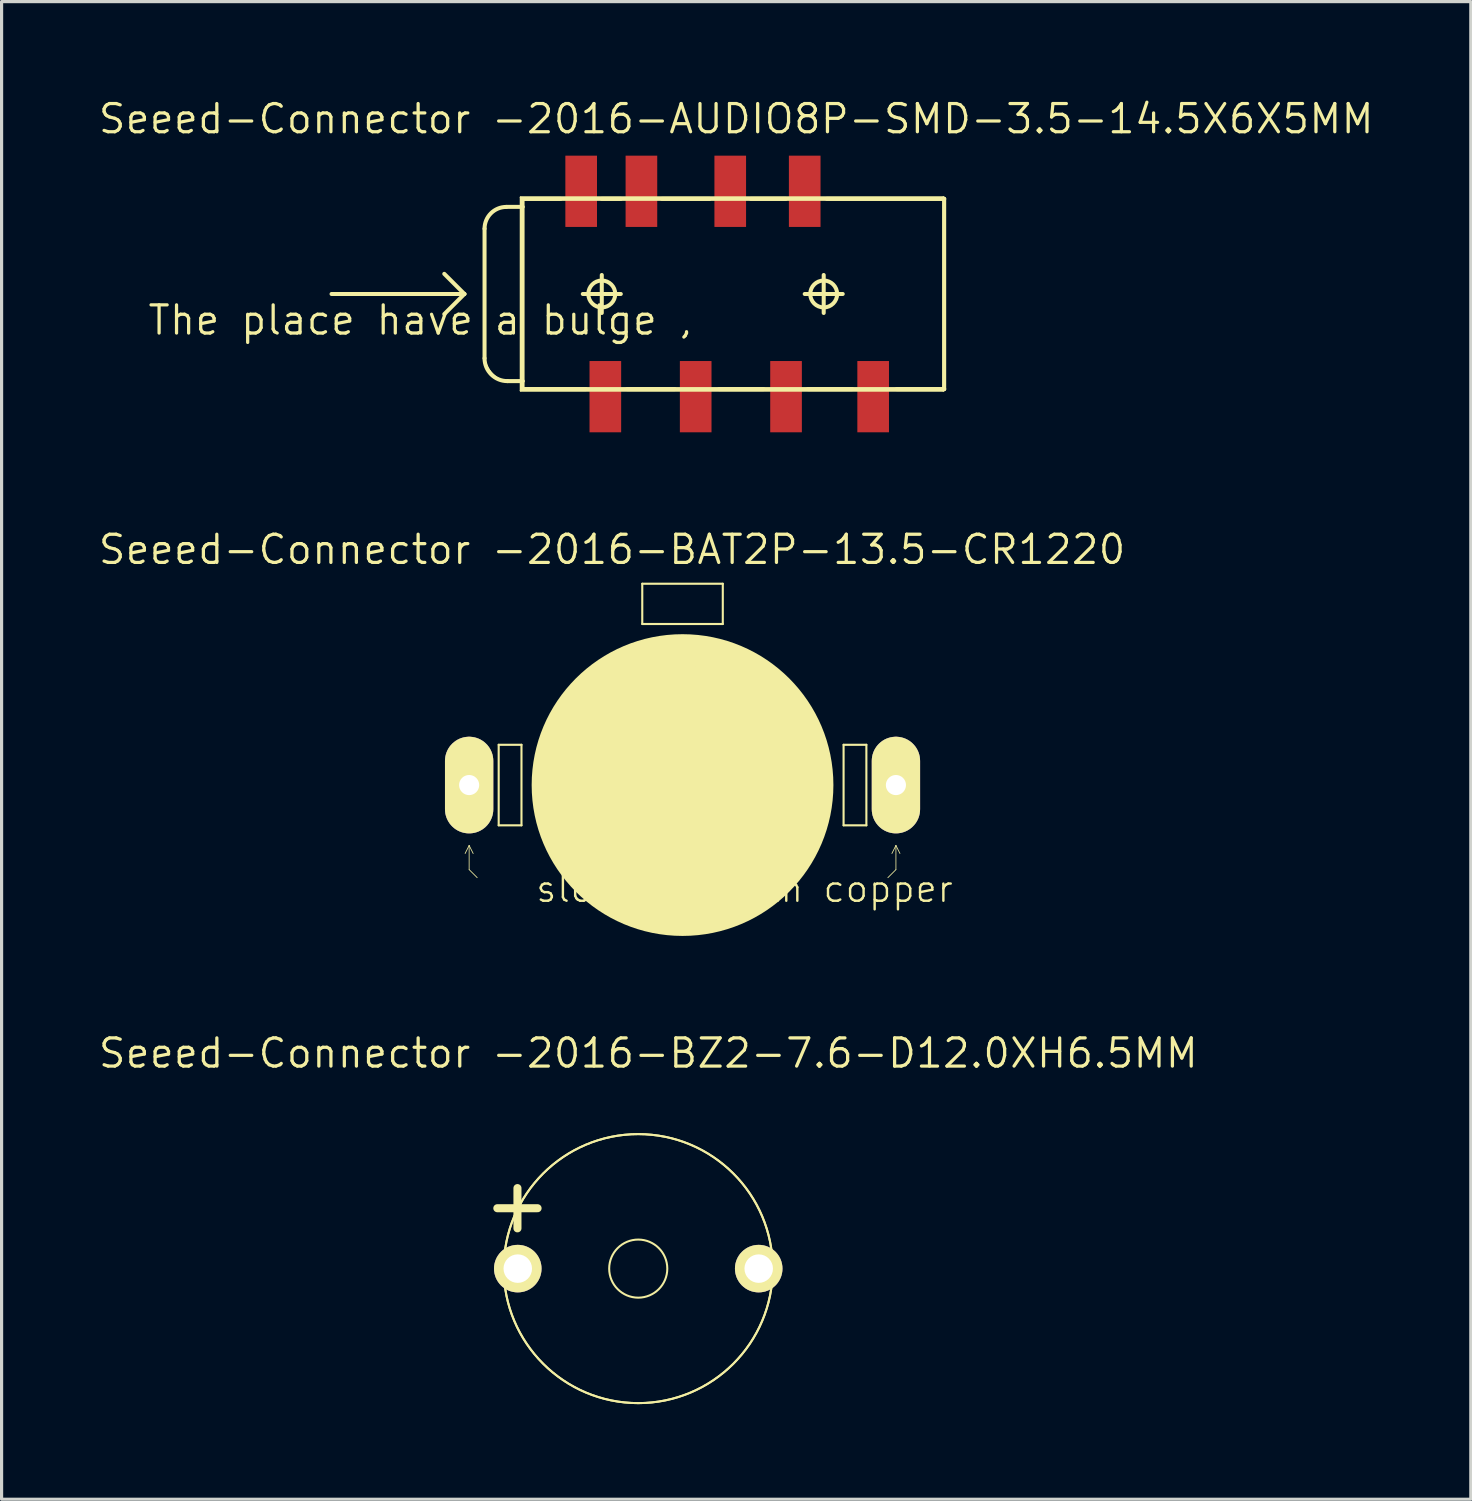
<source format=kicad_pcb>
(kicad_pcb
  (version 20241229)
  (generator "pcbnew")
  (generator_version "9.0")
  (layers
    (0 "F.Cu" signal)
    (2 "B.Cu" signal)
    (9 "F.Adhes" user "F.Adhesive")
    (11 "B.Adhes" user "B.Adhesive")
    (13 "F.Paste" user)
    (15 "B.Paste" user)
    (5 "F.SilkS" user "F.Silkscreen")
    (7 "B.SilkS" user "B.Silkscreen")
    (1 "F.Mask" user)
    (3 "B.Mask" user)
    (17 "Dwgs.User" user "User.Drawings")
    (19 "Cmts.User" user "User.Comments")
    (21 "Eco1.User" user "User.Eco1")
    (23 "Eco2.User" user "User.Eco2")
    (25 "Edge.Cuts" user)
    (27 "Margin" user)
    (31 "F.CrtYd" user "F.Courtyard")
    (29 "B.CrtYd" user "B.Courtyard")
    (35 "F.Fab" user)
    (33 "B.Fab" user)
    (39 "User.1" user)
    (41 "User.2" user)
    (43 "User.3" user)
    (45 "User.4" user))
  (footprint "Seeed-Connector -2016-AUDIO8P-SMD-3.5-14.5X6X5MM"
    (layer "F.Cu")
    (at 12.234 6.223)
    (property "Reference" "Seeed-Connector -2016-AUDIO8P-SMD-3.5-14.5X6X5MM" (at 7.938 -5.524 0) (layer "F.SilkS") (effects (font (size 0.889 0.889) (thickness 0.102))))
    (attr smd)
    (fp_line (start -4.826 0) (end -0.635 0) (stroke (width 0.127) (type solid)) (layer "F.SilkS"))
    (fp_line (start -0.635 0) (end -1.27 -0.635) (stroke (width 0.127) (type solid)) (layer "F.SilkS"))
    (fp_line (start -0.635 0) (end -1.27 0.635) (stroke (width 0.127) (type solid)) (layer "F.SilkS"))
    (fp_line (start 0 -2.06) (end 0 2.029) (stroke (width 0.127) (type solid)) (layer "F.SilkS"))
    (fp_line (start 0 -2.042) (end 0 1.941) (stroke (width 0.025) (type solid)) (layer "F.SilkS"))
    (fp_line (start 0 -2.019) (end 0 1.867) (stroke (width 0.025) (type solid)) (layer "F.SilkS"))
    (fp_line (start 0 1.941) (end 0.015 2.108) (stroke (width 0.025) (type solid)) (layer "F.SilkS"))
    (fp_line (start 0.013 -2.177) (end 0 -2.042) (stroke (width 0.025) (type solid)) (layer "F.SilkS"))
    (fp_line (start 0.015 2.108) (end 0.064 2.266) (stroke (width 0.025) (type solid)) (layer "F.SilkS"))
    (fp_line (start 0.051 -2.306) (end 0.013 -2.177) (stroke (width 0.025) (type solid)) (layer "F.SilkS"))
    (fp_line (start 0.064 2.266) (end 0.142 2.413) (stroke (width 0.025) (type solid)) (layer "F.SilkS"))
    (fp_line (start 0.114 -2.423) (end 0.051 -2.306) (stroke (width 0.025) (type solid)) (layer "F.SilkS"))
    (fp_line (start 0.142 2.413) (end 0.249 2.543) (stroke (width 0.025) (type solid)) (layer "F.SilkS"))
    (fp_line (start 0.201 -2.527) (end 0.114 -2.423) (stroke (width 0.025) (type solid)) (layer "F.SilkS"))
    (fp_line (start 0.249 2.543) (end 0.378 2.649) (stroke (width 0.025) (type solid)) (layer "F.SilkS"))
    (fp_line (start 0.305 -2.614) (end 0.201 -2.527) (stroke (width 0.025) (type solid)) (layer "F.SilkS"))
    (fp_line (start 0.378 2.649) (end 0.526 2.728) (stroke (width 0.025) (type solid)) (layer "F.SilkS"))
    (fp_line (start 0.422 -2.677) (end 0.305 -2.614) (stroke (width 0.025) (type solid)) (layer "F.SilkS"))
    (fp_line (start 0.526 2.728) (end 0.683 2.776) (stroke (width 0.025) (type solid)) (layer "F.SilkS"))
    (fp_line (start 0.551 -2.715) (end 0.422 -2.677) (stroke (width 0.025) (type solid)) (layer "F.SilkS"))
    (fp_line (start 0.683 2.776) (end 0.851 2.794) (stroke (width 0.025) (type solid)) (layer "F.SilkS"))
    (fp_line (start 0.686 -2.748) (end 1.199 -2.748) (stroke (width 0.127) (type solid)) (layer "F.SilkS"))
    (fp_line (start 0.686 -2.731) (end 0.551 -2.715) (stroke (width 0.025) (type solid)) (layer "F.SilkS"))
    (fp_line (start 0.719 2.748) (end 1.199 2.748) (stroke (width 0.127) (type solid)) (layer "F.SilkS"))
    (fp_line (start 0.851 2.794) (end 1.206 2.794) (stroke (width 0.025) (type solid)) (layer "F.SilkS"))
    (fp_line (start 0.925 2.794) (end 1.206 2.794) (stroke (width 0.025) (type solid)) (layer "F.SilkS"))
    (fp_line (start 1.143 -3.048) (end 14.475 -3.048) (stroke (width 0.066) (type solid)) (layer "F.SilkS"))
    (fp_line (start 1.143 3.048) (end 1.143 -3.048) (stroke (width 0.066) (type solid)) (layer "F.SilkS"))
    (fp_line (start 1.143 3.048) (end 14.475 3.048) (stroke (width 0.066) (type solid)) (layer "F.SilkS"))
    (fp_line (start 1.199 -3) (end 2.398 -3) (stroke (width 0.127) (type solid)) (layer "F.SilkS"))
    (fp_line (start 1.199 -3) (end 14.498 -3) (stroke (width 0.127) (type solid)) (layer "F.SilkS"))
    (fp_line (start 1.199 -2.748) (end 1.199 -3) (stroke (width 0.127) (type solid)) (layer "F.SilkS"))
    (fp_line (start 1.199 -2.748) (end 1.199 2.748) (stroke (width 0.127) (type solid)) (layer "F.SilkS"))
    (fp_line (start 1.199 2.748) (end 1.199 3) (stroke (width 0.127) (type solid)) (layer "F.SilkS"))
    (fp_line (start 1.199 3) (end 3.198 3) (stroke (width 0.127) (type solid)) (layer "F.SilkS"))
    (fp_line (start 1.199 3) (end 14.498 3) (stroke (width 0.127) (type solid)) (layer "F.SilkS"))
    (fp_line (start 1.206 -2.731) (end 0.686 -2.731) (stroke (width 0.025) (type solid)) (layer "F.SilkS"))
    (fp_line (start 1.206 -2.731) (end 0.709 -2.731) (stroke (width 0.025) (type solid)) (layer "F.SilkS"))
    (fp_line (start 1.206 2.794) (end 1.206 -2.731) (stroke (width 0.025) (type solid)) (layer "F.SilkS"))
    (fp_line (start 1.206 2.794) (end 1.206 -2.731) (stroke (width 0.025) (type solid)) (layer "F.SilkS"))
    (fp_line (start 3.099 0) (end 4.298 0) (stroke (width 0.127) (type solid)) (layer "F.SilkS"))
    (fp_line (start 3.698 -3) (end 4.298 -3) (stroke (width 0.127) (type solid)) (layer "F.SilkS"))
    (fp_line (start 3.698 0.599) (end 3.698 -0.599) (stroke (width 0.127) (type solid)) (layer "F.SilkS"))
    (fp_line (start 5.598 -3) (end 7.099 -3) (stroke (width 0.127) (type solid)) (layer "F.SilkS"))
    (fp_line (start 5.999 3) (end 4.498 3) (stroke (width 0.127) (type solid)) (layer "F.SilkS"))
    (fp_line (start 8.4 -3) (end 9.5 -3) (stroke (width 0.127) (type solid)) (layer "F.SilkS"))
    (fp_line (start 8.799 3) (end 7.399 3) (stroke (width 0.127) (type solid)) (layer "F.SilkS"))
    (fp_line (start 10.099 0) (end 11.298 0) (stroke (width 0.127) (type solid)) (layer "F.SilkS"))
    (fp_line (start 10.698 0.599) (end 10.698 -0.599) (stroke (width 0.127) (type solid)) (layer "F.SilkS"))
    (fp_line (start 10.798 -3) (end 14.498 -3) (stroke (width 0.127) (type solid)) (layer "F.SilkS"))
    (fp_line (start 11.598 3) (end 10.198 3) (stroke (width 0.127) (type solid)) (layer "F.SilkS"))
    (fp_line (start 14.475 3.048) (end 14.475 -3.048) (stroke (width 0.066) (type solid)) (layer "F.SilkS"))
    (fp_line (start 14.498 -3) (end 14.498 3) (stroke (width 0.127) (type solid)) (layer "F.SilkS"))
    (fp_line (start 14.498 3) (end 13 3) (stroke (width 0.127) (type solid)) (layer "F.SilkS"))
    (fp_arc (start 0 -2.05994) (mid 0.200866 -2.544874) (end 0.6858 -2.74574) (stroke (width 0.127) (type solid)) (layer "F.SilkS"))
    (fp_arc (start 0 -2.0193) (mid 0.207562 -2.520398) (end 0.70866 -2.72796) (stroke (width 0.0254) (type solid)) (layer "F.SilkS"))
    (fp_arc (start 0.71882 2.74828) (mid 0.210538 2.537742) (end 0 2.02946) (stroke (width 0.127) (type solid)) (layer "F.SilkS"))
    (fp_arc (start 0.92456 2.794) (mid 0.269001 2.522459) (end -0.00254 1.8669) (stroke (width 0.0254) (type solid)) (layer "F.SilkS"))
    (fp_circle (center 3.698 0) (end 3.998 0.3) (stroke (width 0.127) (type solid)) (fill no) (layer "F.SilkS"))
    (fp_circle (center 10.698 0) (end 10.998 0.3) (stroke (width 0.127) (type solid)) (fill no) (layer "F.SilkS"))
    (fp_text user "The place have a bulge ,\n" (at -2.032 0.826 0) (layer "F.SilkS") (effects (font (size 0.889 0.889) (thickness 0.102))))
    (pad "1" smd rect (at 3.048 -3.239 90) (size 2.248 0.998) (layers "F.Cu" "F.Mask" "F.Paste"))
    (pad "2" smd rect (at 4.948 -3.239 90) (size 2.248 0.998) (layers "F.Cu" "F.Mask" "F.Paste"))
    (pad "3" smd rect (at 7.75 -3.239 90) (size 2.248 0.998) (layers "F.Cu" "F.Mask" "F.Paste"))
    (pad "4" smd rect (at 12.258 3.239 90) (size 2.248 0.998) (layers "F.Cu" "F.Mask" "F.Paste"))
    (pad "5" smd rect (at 3.81 3.239 90) (size 2.248 0.998) (layers "F.Cu" "F.Mask" "F.Paste"))
    (pad "6" smd rect (at 6.66 3.239 90) (size 2.248 0.998) (layers "F.Cu" "F.Mask" "F.Paste"))
    (pad "7" smd rect (at 9.51 3.239 90) (size 2.248 0.998) (layers "F.Cu" "F.Mask" "F.Paste"))
    (pad "8" smd rect (at 10.099 -3.239 90) (size 2.248 0.998) (layers "F.Cu" "F.Mask" "F.Paste")))
  (footprint "Seeed-Connector -2016-BAT2P-13.5-CR1220"
    (layer "F.Cu")
    (at 18.479 21.713)
    (property "Reference" "Seeed-Connector -2016-BAT2P-13.5-CR1220" (at -2.223 -7.429 0) (layer "F.SilkS") (effects (font (size 0.889 0.889) (thickness 0.102))))
    (attr smd)
    (fp_line (start -7.048 -0.381) (end -7.038 -0.45) (stroke (width 0.025) (type solid)) (layer "F.SilkS"))
    (fp_line (start -7.048 0.381) (end -7.048 -0.381) (stroke (width 0.025) (type solid)) (layer "F.SilkS"))
    (fp_line (start -7.038 -0.45) (end -7.015 -0.518) (stroke (width 0.025) (type solid)) (layer "F.SilkS"))
    (fp_line (start -7.038 0.45) (end -7.048 0.381) (stroke (width 0.025) (type solid)) (layer "F.SilkS"))
    (fp_line (start -7.015 -0.518) (end -6.977 -0.577) (stroke (width 0.025) (type solid)) (layer "F.SilkS"))
    (fp_line (start -7.015 0.518) (end -7.038 0.45) (stroke (width 0.025) (type solid)) (layer "F.SilkS"))
    (fp_line (start -6.977 -0.577) (end -6.927 -0.627) (stroke (width 0.025) (type solid)) (layer "F.SilkS"))
    (fp_line (start -6.977 0.577) (end -7.015 0.518) (stroke (width 0.025) (type solid)) (layer "F.SilkS"))
    (fp_line (start -6.927 -0.627) (end -6.868 -0.665) (stroke (width 0.025) (type solid)) (layer "F.SilkS"))
    (fp_line (start -6.927 0.627) (end -6.977 0.577) (stroke (width 0.025) (type solid)) (layer "F.SilkS"))
    (fp_line (start -6.868 -0.665) (end -6.8 -0.688) (stroke (width 0.025) (type solid)) (layer "F.SilkS"))
    (fp_line (start -6.868 0.665) (end -6.927 0.627) (stroke (width 0.025) (type solid)) (layer "F.SilkS"))
    (fp_line (start -6.8 -0.688) (end -6.731 -0.699) (stroke (width 0.025) (type solid)) (layer "F.SilkS"))
    (fp_line (start -6.8 0.688) (end -6.868 0.665) (stroke (width 0.025) (type solid)) (layer "F.SilkS"))
    (fp_line (start -6.731 -0.699) (end -6.647 -0.686) (stroke (width 0.025) (type solid)) (layer "F.SilkS"))
    (fp_line (start -6.731 0.699) (end -6.8 0.688) (stroke (width 0.025) (type solid)) (layer "F.SilkS"))
    (fp_line (start -6.731 1.905) (end -6.858 2.159) (stroke (width 0.025) (type solid)) (layer "F.SilkS"))
    (fp_line (start -6.731 1.905) (end -6.604 2.159) (stroke (width 0.025) (type solid)) (layer "F.SilkS"))
    (fp_line (start -6.731 2.667) (end -6.731 1.905) (stroke (width 0.025) (type solid)) (layer "F.SilkS"))
    (fp_line (start -6.66 0.688) (end -6.731 0.699) (stroke (width 0.025) (type solid)) (layer "F.SilkS"))
    (fp_line (start -6.647 -0.686) (end -6.571 -0.655) (stroke (width 0.025) (type solid)) (layer "F.SilkS"))
    (fp_line (start -6.591 0.665) (end -6.66 0.688) (stroke (width 0.025) (type solid)) (layer "F.SilkS"))
    (fp_line (start -6.571 -0.655) (end -6.505 -0.605) (stroke (width 0.025) (type solid)) (layer "F.SilkS"))
    (fp_line (start -6.533 0.627) (end -6.591 0.665) (stroke (width 0.025) (type solid)) (layer "F.SilkS"))
    (fp_line (start -6.505 -0.605) (end -6.454 -0.538) (stroke (width 0.025) (type solid)) (layer "F.SilkS"))
    (fp_line (start -6.482 0.577) (end -6.533 0.627) (stroke (width 0.025) (type solid)) (layer "F.SilkS"))
    (fp_line (start -6.477 2.921) (end -6.731 2.667) (stroke (width 0.025) (type solid)) (layer "F.SilkS"))
    (fp_line (start -6.454 -0.538) (end -6.424 -0.462) (stroke (width 0.025) (type solid)) (layer "F.SilkS"))
    (fp_line (start -6.444 0.518) (end -6.482 0.577) (stroke (width 0.025) (type solid)) (layer "F.SilkS"))
    (fp_line (start -6.424 -0.462) (end -6.413 -0.381) (stroke (width 0.025) (type solid)) (layer "F.SilkS"))
    (fp_line (start -6.421 0.45) (end -6.444 0.518) (stroke (width 0.025) (type solid)) (layer "F.SilkS"))
    (fp_line (start -6.413 -0.381) (end -6.413 0.381) (stroke (width 0.025) (type solid)) (layer "F.SilkS"))
    (fp_line (start -6.413 0.381) (end -6.421 0.45) (stroke (width 0.025) (type solid)) (layer "F.SilkS"))
    (fp_line (start -5.799 -1.27) (end -5.08 -1.27) (stroke (width 0.066) (type solid)) (layer "F.SilkS"))
    (fp_line (start -5.799 1.27) (end -5.799 -1.27) (stroke (width 0.066) (type solid)) (layer "F.SilkS"))
    (fp_line (start -5.799 1.27) (end -5.08 1.27) (stroke (width 0.066) (type solid)) (layer "F.SilkS"))
    (fp_line (start -5.08 1.27) (end -5.08 -1.27) (stroke (width 0.066) (type solid)) (layer "F.SilkS"))
    (fp_line (start -1.27 -6.35) (end 1.27 -6.35) (stroke (width 0.066) (type solid)) (layer "F.SilkS"))
    (fp_line (start -1.27 -5.08) (end -1.27 -6.35) (stroke (width 0.066) (type solid)) (layer "F.SilkS"))
    (fp_line (start -1.27 -5.08) (end 1.27 -5.08) (stroke (width 0.066) (type solid)) (layer "F.SilkS"))
    (fp_line (start 1.27 -5.08) (end 1.27 -6.35) (stroke (width 0.066) (type solid)) (layer "F.SilkS"))
    (fp_line (start 5.08 -1.27) (end 5.799 -1.27) (stroke (width 0.066) (type solid)) (layer "F.SilkS"))
    (fp_line (start 5.08 1.27) (end 5.08 -1.27) (stroke (width 0.066) (type solid)) (layer "F.SilkS"))
    (fp_line (start 5.08 1.27) (end 5.799 1.27) (stroke (width 0.066) (type solid)) (layer "F.SilkS"))
    (fp_line (start 5.799 1.27) (end 5.799 -1.27) (stroke (width 0.066) (type solid)) (layer "F.SilkS"))
    (fp_line (start 6.413 -0.381) (end 6.421 -0.45) (stroke (width 0.025) (type solid)) (layer "F.SilkS"))
    (fp_line (start 6.413 0.381) (end 6.413 -0.381) (stroke (width 0.025) (type solid)) (layer "F.SilkS"))
    (fp_line (start 6.421 -0.45) (end 6.444 -0.518) (stroke (width 0.025) (type solid)) (layer "F.SilkS"))
    (fp_line (start 6.421 0.45) (end 6.413 0.381) (stroke (width 0.025) (type solid)) (layer "F.SilkS"))
    (fp_line (start 6.444 -0.518) (end 6.482 -0.577) (stroke (width 0.025) (type solid)) (layer "F.SilkS"))
    (fp_line (start 6.444 0.518) (end 6.421 0.45) (stroke (width 0.025) (type solid)) (layer "F.SilkS"))
    (fp_line (start 6.477 2.921) (end 6.731 2.667) (stroke (width 0.025) (type solid)) (layer "F.SilkS"))
    (fp_line (start 6.482 -0.577) (end 6.533 -0.627) (stroke (width 0.025) (type solid)) (layer "F.SilkS"))
    (fp_line (start 6.482 0.577) (end 6.444 0.518) (stroke (width 0.025) (type solid)) (layer "F.SilkS"))
    (fp_line (start 6.533 -0.627) (end 6.591 -0.665) (stroke (width 0.025) (type solid)) (layer "F.SilkS"))
    (fp_line (start 6.533 0.627) (end 6.482 0.577) (stroke (width 0.025) (type solid)) (layer "F.SilkS"))
    (fp_line (start 6.591 -0.665) (end 6.66 -0.688) (stroke (width 0.025) (type solid)) (layer "F.SilkS"))
    (fp_line (start 6.591 0.665) (end 6.533 0.627) (stroke (width 0.025) (type solid)) (layer "F.SilkS"))
    (fp_line (start 6.66 -0.688) (end 6.731 -0.699) (stroke (width 0.025) (type solid)) (layer "F.SilkS"))
    (fp_line (start 6.66 0.688) (end 6.591 0.665) (stroke (width 0.025) (type solid)) (layer "F.SilkS"))
    (fp_line (start 6.731 -0.699) (end 6.812 -0.686) (stroke (width 0.025) (type solid)) (layer "F.SilkS"))
    (fp_line (start 6.731 0.699) (end 6.66 0.688) (stroke (width 0.025) (type solid)) (layer "F.SilkS"))
    (fp_line (start 6.731 1.905) (end 6.604 2.159) (stroke (width 0.025) (type solid)) (layer "F.SilkS"))
    (fp_line (start 6.731 1.905) (end 6.858 2.159) (stroke (width 0.025) (type solid)) (layer "F.SilkS"))
    (fp_line (start 6.731 2.667) (end 6.731 1.905) (stroke (width 0.025) (type solid)) (layer "F.SilkS"))
    (fp_line (start 6.8 0.688) (end 6.731 0.699) (stroke (width 0.025) (type solid)) (layer "F.SilkS"))
    (fp_line (start 6.812 -0.686) (end 6.888 -0.655) (stroke (width 0.025) (type solid)) (layer "F.SilkS"))
    (fp_line (start 6.868 0.665) (end 6.8 0.688) (stroke (width 0.025) (type solid)) (layer "F.SilkS"))
    (fp_line (start 6.888 -0.655) (end 6.955 -0.605) (stroke (width 0.025) (type solid)) (layer "F.SilkS"))
    (fp_line (start 6.927 0.627) (end 6.868 0.665) (stroke (width 0.025) (type solid)) (layer "F.SilkS"))
    (fp_line (start 6.955 -0.605) (end 7.005 -0.538) (stroke (width 0.025) (type solid)) (layer "F.SilkS"))
    (fp_line (start 6.977 0.577) (end 6.927 0.627) (stroke (width 0.025) (type solid)) (layer "F.SilkS"))
    (fp_line (start 7.005 -0.538) (end 7.036 -0.462) (stroke (width 0.025) (type solid)) (layer "F.SilkS"))
    (fp_line (start 7.015 0.518) (end 6.977 0.577) (stroke (width 0.025) (type solid)) (layer "F.SilkS"))
    (fp_line (start 7.036 -0.462) (end 7.048 -0.381) (stroke (width 0.025) (type solid)) (layer "F.SilkS"))
    (fp_line (start 7.038 0.45) (end 7.015 0.518) (stroke (width 0.025) (type solid)) (layer "F.SilkS"))
    (fp_line (start 7.048 -0.381) (end 7.048 0.381) (stroke (width 0.025) (type solid)) (layer "F.SilkS"))
    (fp_line (start 7.048 0.381) (end 7.038 0.45) (stroke (width 0.025) (type solid)) (layer "F.SilkS"))
    (fp_circle (center 0 0) (end -3.365 3.365) (stroke (width 0) (type solid)) (fill yes) (layer "F.SilkS"))
    (fp_circle (center 0 0) (end -2.667 2.667) (stroke (width 0) (type solid)) (fill yes) (layer "F.SilkS"))
    (fp_text user "slot drill with copper" (at 1.956 3.277 0) (layer "F.SilkS") (effects (font (size 0.813 0.813) (thickness 0.076))))
    (pad "+1" thru_hole oval (at 6.731 0 180) (size 1.524 3.048) (drill 0.635) (layers "*.Cu" "F.Mask" "F.SilkS" "F.Paste"))
    (pad "+2" thru_hole oval (at -6.731 0 180) (size 1.524 3.048) (drill 0.635) (layers "*.Cu" "F.Mask" "F.SilkS" "F.Paste"))
    (pad "-" smd circle (at 0 0) (size 7.62 7.62) (layers "F.Cu" "F.Mask" "F.Paste")))
  (footprint "Seeed-Connector -2016-BZ2-7.6-D12.0XH6.5MM"
    (layer "F.Cu")
    (at 17.082 36.966)
    (property "Reference" "Seeed-Connector -2016-BZ2-7.6-D12.0XH6.5MM" (at 0.318 -6.795 0) (layer "F.SilkS") (effects (font (size 0.889 0.889) (thickness 0.102))))
    (attr exclude_from_pos_files exclude_from_bom)
    (fp_line (start -4.445 -1.905) (end -3.81 -1.905) (stroke (width 0.254) (type solid)) (layer "F.SilkS"))
    (fp_line (start -3.81 -1.905) (end -3.81 -2.54) (stroke (width 0.254) (type solid)) (layer "F.SilkS"))
    (fp_line (start -3.81 -1.905) (end -3.81 -1.27) (stroke (width 0.254) (type solid)) (layer "F.SilkS"))
    (fp_line (start -3.175 -1.905) (end -3.81 -1.905) (stroke (width 0.254) (type solid)) (layer "F.SilkS"))
    (fp_circle (center 0 0) (end -3 3) (stroke (width 0.064) (type solid)) (fill no) (layer "F.SilkS"))
    (fp_circle (center 0 0) (end -3 3) (stroke (width 0.064) (type solid)) (fill no) (layer "F.SilkS"))
    (fp_circle (center 0 0) (end -0.648 0.648) (stroke (width 0.064) (type solid)) (fill no) (layer "F.SilkS"))
    (pad "+" thru_hole circle (at -3.8 0) (size 1.499 1.499) (drill 0.899) (layers "*.Cu" "F.Mask" "F.SilkS" "F.Paste"))
    (pad "-" thru_hole circle (at 3.8 0) (size 1.499 1.499) (drill 0.899) (layers "*.Cu" "F.Mask" "F.SilkS" "F.Paste")))
  (gr_rect
    (start -3 -3)
    (end 43.344 44.24)
    (stroke (width 0.1) (type default))
    (fill no)
    (layer "Edge.Cuts")))
</source>
